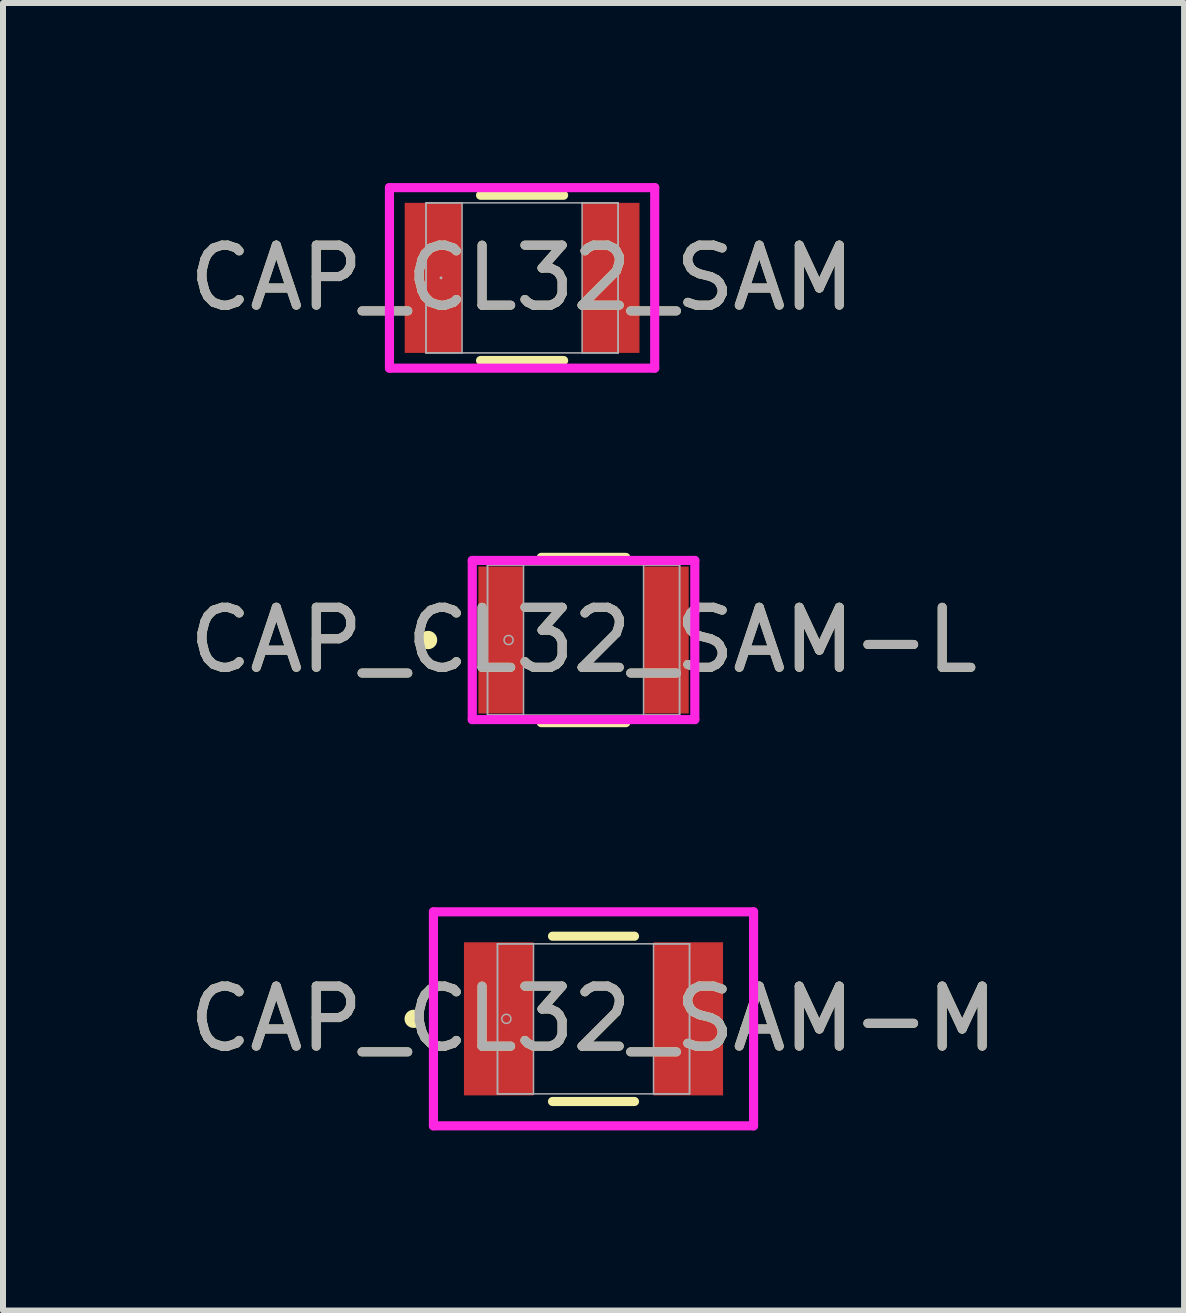
<source format=kicad_pcb>
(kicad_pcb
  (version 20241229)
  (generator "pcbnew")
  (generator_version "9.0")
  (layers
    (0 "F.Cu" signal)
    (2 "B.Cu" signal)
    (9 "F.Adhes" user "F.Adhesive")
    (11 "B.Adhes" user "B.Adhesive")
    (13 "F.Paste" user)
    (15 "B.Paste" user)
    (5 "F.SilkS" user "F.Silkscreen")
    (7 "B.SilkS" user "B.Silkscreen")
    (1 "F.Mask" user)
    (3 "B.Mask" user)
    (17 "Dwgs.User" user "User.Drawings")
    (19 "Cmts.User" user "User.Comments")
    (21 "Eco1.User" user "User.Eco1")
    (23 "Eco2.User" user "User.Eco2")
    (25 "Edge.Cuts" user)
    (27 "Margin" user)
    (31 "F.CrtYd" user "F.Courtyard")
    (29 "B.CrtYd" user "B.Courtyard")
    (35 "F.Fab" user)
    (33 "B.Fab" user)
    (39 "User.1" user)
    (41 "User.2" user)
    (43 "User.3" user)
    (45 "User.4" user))
  (footprint "CAP_CL32_SAM"
    (layer "F.Cu")
    (at 5.649 1.58)
    (property "Reference" "CAP_CL32_SAM" (at 0 0 0) (unlocked yes) (layer "F.SilkS") (effects (font (size 1 1) (thickness 0.15))))
    (attr smd)
    (fp_line (start -0.692 1.377) (end 0.692 1.377) (stroke (width 0.152) (type solid)) (layer "F.SilkS"))
    (fp_line (start 0.692 -1.377) (end -0.692 -1.377) (stroke (width 0.152) (type solid)) (layer "F.SilkS"))
    (fp_line (start -2.21 -1.504) (end 2.21 -1.504) (stroke (width 0.152) (type solid)) (layer "F.CrtYd"))
    (fp_line (start -2.21 1.504) (end -2.21 -1.504) (stroke (width 0.152) (type solid)) (layer "F.CrtYd"))
    (fp_line (start 2.21 -1.504) (end 2.21 1.504) (stroke (width 0.152) (type solid)) (layer "F.CrtYd"))
    (fp_line (start 2.21 1.504) (end -2.21 1.504) (stroke (width 0.152) (type solid)) (layer "F.CrtYd"))
    (fp_line (start -1.6 -1.25) (end -1.6 1.25) (stroke (width 0.025) (type solid)) (layer "F.Fab"))
    (fp_line (start -1.6 -1.25) (end -1.6 1.25) (stroke (width 0.025) (type solid)) (layer "F.Fab"))
    (fp_line (start -1.6 1.25) (end -1 1.25) (stroke (width 0.025) (type solid)) (layer "F.Fab"))
    (fp_line (start -1.6 1.25) (end 1.6 1.25) (stroke (width 0.025) (type solid)) (layer "F.Fab"))
    (fp_line (start -1 -1.25) (end -1.6 -1.25) (stroke (width 0.025) (type solid)) (layer "F.Fab"))
    (fp_line (start -1 1.25) (end -1 -1.25) (stroke (width 0.025) (type solid)) (layer "F.Fab"))
    (fp_line (start 1 -1.25) (end 1 1.25) (stroke (width 0.025) (type solid)) (layer "F.Fab"))
    (fp_line (start 1 1.25) (end 1.6 1.25) (stroke (width 0.025) (type solid)) (layer "F.Fab"))
    (fp_line (start 1.6 -1.25) (end -1.6 -1.25) (stroke (width 0.025) (type solid)) (layer "F.Fab"))
    (fp_line (start 1.6 -1.25) (end 1 -1.25) (stroke (width 0.025) (type solid)) (layer "F.Fab"))
    (fp_line (start 1.6 1.25) (end 1.6 -1.25) (stroke (width 0.025) (type solid)) (layer "F.Fab"))
    (fp_line (start 1.6 1.25) (end 1.6 -1.25) (stroke (width 0.025) (type solid)) (layer "F.Fab"))
    (fp_circle (center -1.351 0) (end -1.351 0) (stroke (width 0.025) (type solid)) (fill no) (layer "F.Fab"))
    (fp_text user "${REFERENCE}" (at 0 0 0) (unlocked yes) (layer "F.Fab") (effects (font (size 1 1) (thickness 0.15))))
    (pad "1" smd rect (at -1.478 0) (size 0.956 2.5) (layers "F.Cu" "F.Mask" "F.Paste"))
    (pad "2" smd rect (at 1.478 0) (size 0.956 2.5) (layers "F.Cu" "F.Mask" "F.Paste"))
    (zone (net_name "") (layer "F.Cu") (hatch full 0.508) (connect_pads) (min_thickness 0.254) (filled_areas_thickness no) (keepout (tracks not_allowed) (vias not_allowed) (pads allowed) (copperpour not_allowed) (footprints allowed)) (placement (enabled no)) (fill) (polygon (pts (xy 4.7 0.381) (xy 6.598 0.381) (xy 6.598 2.779) (xy 4.7 2.779)))))
  (footprint "CAP_CL32_SAM-M"
    (layer "F.Cu")
    (at 6.839 13.926)
    (property "Reference" "CAP_CL32_SAM-M" (at 0 0 0) (unlocked yes) (layer "F.SilkS") (effects (font (size 1 1) (thickness 0.15))))
    (attr smd)
    (fp_line (start -0.683 1.377) (end 0.683 1.377) (stroke (width 0.152) (type solid)) (layer "F.SilkS"))
    (fp_line (start 0.683 -1.377) (end -0.683 -1.377) (stroke (width 0.152) (type solid)) (layer "F.SilkS"))
    (fp_circle (center -2.997 0) (end -2.921 0) (stroke (width 0.152) (type solid)) (fill no) (layer "F.SilkS"))
    (fp_line (start -2.667 -1.783) (end 2.667 -1.783) (stroke (width 0.152) (type solid)) (layer "F.CrtYd"))
    (fp_line (start -2.667 1.783) (end -2.667 -1.783) (stroke (width 0.152) (type solid)) (layer "F.CrtYd"))
    (fp_line (start 2.667 -1.783) (end 2.667 1.783) (stroke (width 0.152) (type solid)) (layer "F.CrtYd"))
    (fp_line (start 2.667 1.783) (end -2.667 1.783) (stroke (width 0.152) (type solid)) (layer "F.CrtYd"))
    (fp_line (start -1.6 -1.25) (end -1.6 1.25) (stroke (width 0.025) (type solid)) (layer "F.Fab"))
    (fp_line (start -1.6 -1.25) (end -1.6 1.25) (stroke (width 0.025) (type solid)) (layer "F.Fab"))
    (fp_line (start -1.6 1.25) (end -1 1.25) (stroke (width 0.025) (type solid)) (layer "F.Fab"))
    (fp_line (start -1.6 1.25) (end 1.6 1.25) (stroke (width 0.025) (type solid)) (layer "F.Fab"))
    (fp_line (start -1 -1.25) (end -1.6 -1.25) (stroke (width 0.025) (type solid)) (layer "F.Fab"))
    (fp_line (start -1 1.25) (end -1 -1.25) (stroke (width 0.025) (type solid)) (layer "F.Fab"))
    (fp_line (start 1 -1.25) (end 1 1.25) (stroke (width 0.025) (type solid)) (layer "F.Fab"))
    (fp_line (start 1 1.25) (end 1.6 1.25) (stroke (width 0.025) (type solid)) (layer "F.Fab"))
    (fp_line (start 1.6 -1.25) (end -1.6 -1.25) (stroke (width 0.025) (type solid)) (layer "F.Fab"))
    (fp_line (start 1.6 -1.25) (end 1 -1.25) (stroke (width 0.025) (type solid)) (layer "F.Fab"))
    (fp_line (start 1.6 1.25) (end 1.6 -1.25) (stroke (width 0.025) (type solid)) (layer "F.Fab"))
    (fp_line (start 1.6 1.25) (end 1.6 -1.25) (stroke (width 0.025) (type solid)) (layer "F.Fab"))
    (fp_circle (center -1.452 0) (end -1.376 0) (stroke (width 0.025) (type solid)) (fill no) (layer "F.Fab"))
    (fp_text user "${REFERENCE}" (at 0 0 0) (unlocked yes) (layer "F.Fab") (effects (font (size 1 1) (thickness 0.15))))
    (pad "1" smd rect (at -1.579 0) (size 1.159 2.551) (layers "F.Cu" "F.Mask" "F.Paste"))
    (pad "2" smd rect (at 1.579 0) (size 1.159 2.551) (layers "F.Cu" "F.Mask" "F.Paste"))
    (zone (net_name "") (layer "F.Cu") (hatch full 0.508) (connect_pads) (min_thickness 0.254) (filled_areas_thickness no) (keepout (tracks not_allowed) (vias not_allowed) (pads allowed) (copperpour not_allowed) (footprints allowed)) (placement (enabled no)) (fill) (polygon (pts (xy 5.89 12.727) (xy 7.788 12.727) (xy 7.788 15.126) (xy 5.89 15.126)))))
  (footprint "CAP_CL32_SAM-L"
    (layer "F.Cu")
    (at 6.673 7.614)
    (property "Reference" "CAP_CL32_SAM-L" (at 0 0 0) (unlocked yes) (layer "F.SilkS") (effects (font (size 1 1) (thickness 0.15))))
    (attr smd)
    (fp_line (start -0.704 1.377) (end 0.704 1.377) (stroke (width 0.152) (type solid)) (layer "F.SilkS"))
    (fp_line (start 0.704 -1.377) (end -0.704 -1.377) (stroke (width 0.152) (type solid)) (layer "F.SilkS"))
    (fp_circle (center -2.591 0) (end -2.514 0) (stroke (width 0.152) (type solid)) (fill no) (layer "F.SilkS"))
    (fp_line (start -1.854 -1.326) (end 1.854 -1.326) (stroke (width 0.152) (type solid)) (layer "F.CrtYd"))
    (fp_line (start -1.854 1.326) (end -1.854 -1.326) (stroke (width 0.152) (type solid)) (layer "F.CrtYd"))
    (fp_line (start 1.854 -1.326) (end 1.854 1.326) (stroke (width 0.152) (type solid)) (layer "F.CrtYd"))
    (fp_line (start 1.854 1.326) (end -1.854 1.326) (stroke (width 0.152) (type solid)) (layer "F.CrtYd"))
    (fp_line (start -1.6 -1.25) (end -1.6 1.25) (stroke (width 0.025) (type solid)) (layer "F.Fab"))
    (fp_line (start -1.6 -1.25) (end -1.6 1.25) (stroke (width 0.025) (type solid)) (layer "F.Fab"))
    (fp_line (start -1.6 1.25) (end -1 1.25) (stroke (width 0.025) (type solid)) (layer "F.Fab"))
    (fp_line (start -1.6 1.25) (end 1.6 1.25) (stroke (width 0.025) (type solid)) (layer "F.Fab"))
    (fp_line (start -1 -1.25) (end -1.6 -1.25) (stroke (width 0.025) (type solid)) (layer "F.Fab"))
    (fp_line (start -1 1.25) (end -1 -1.25) (stroke (width 0.025) (type solid)) (layer "F.Fab"))
    (fp_line (start 1 -1.25) (end 1 1.25) (stroke (width 0.025) (type solid)) (layer "F.Fab"))
    (fp_line (start 1 1.25) (end 1.6 1.25) (stroke (width 0.025) (type solid)) (layer "F.Fab"))
    (fp_line (start 1.6 -1.25) (end -1.6 -1.25) (stroke (width 0.025) (type solid)) (layer "F.Fab"))
    (fp_line (start 1.6 -1.25) (end 1 -1.25) (stroke (width 0.025) (type solid)) (layer "F.Fab"))
    (fp_line (start 1.6 1.25) (end 1.6 -1.25) (stroke (width 0.025) (type solid)) (layer "F.Fab"))
    (fp_line (start 1.6 1.25) (end 1.6 -1.25) (stroke (width 0.025) (type solid)) (layer "F.Fab"))
    (fp_circle (center -1.249 0) (end -1.173 0) (stroke (width 0.025) (type solid)) (fill no) (layer "F.Fab"))
    (fp_text user "${REFERENCE}" (at 0 0 0) (unlocked yes) (layer "F.Fab") (effects (font (size 1 1) (thickness 0.15))))
    (pad "1" smd rect (at -1.376 0) (size 0.752 2.449) (layers "F.Cu" "F.Mask" "F.Paste"))
    (pad "2" smd rect (at 1.376 0) (size 0.752 2.449) (layers "F.Cu" "F.Mask" "F.Paste"))
    (zone (net_name "") (layer "F.Cu") (hatch full 0.508) (connect_pads) (min_thickness 0.254) (filled_areas_thickness no) (keepout (tracks not_allowed) (vias not_allowed) (pads allowed) (copperpour not_allowed) (footprints allowed)) (placement (enabled no)) (fill) (polygon (pts (xy 5.723 6.414) (xy 7.622 6.414) (xy 7.622 8.813) (xy 5.723 8.813)))))
  (gr_rect
    (start -3 -3)
    (end 16.679 18.786)
    (stroke (width 0.1) (type default))
    (fill no)
    (layer "Edge.Cuts")))
</source>
